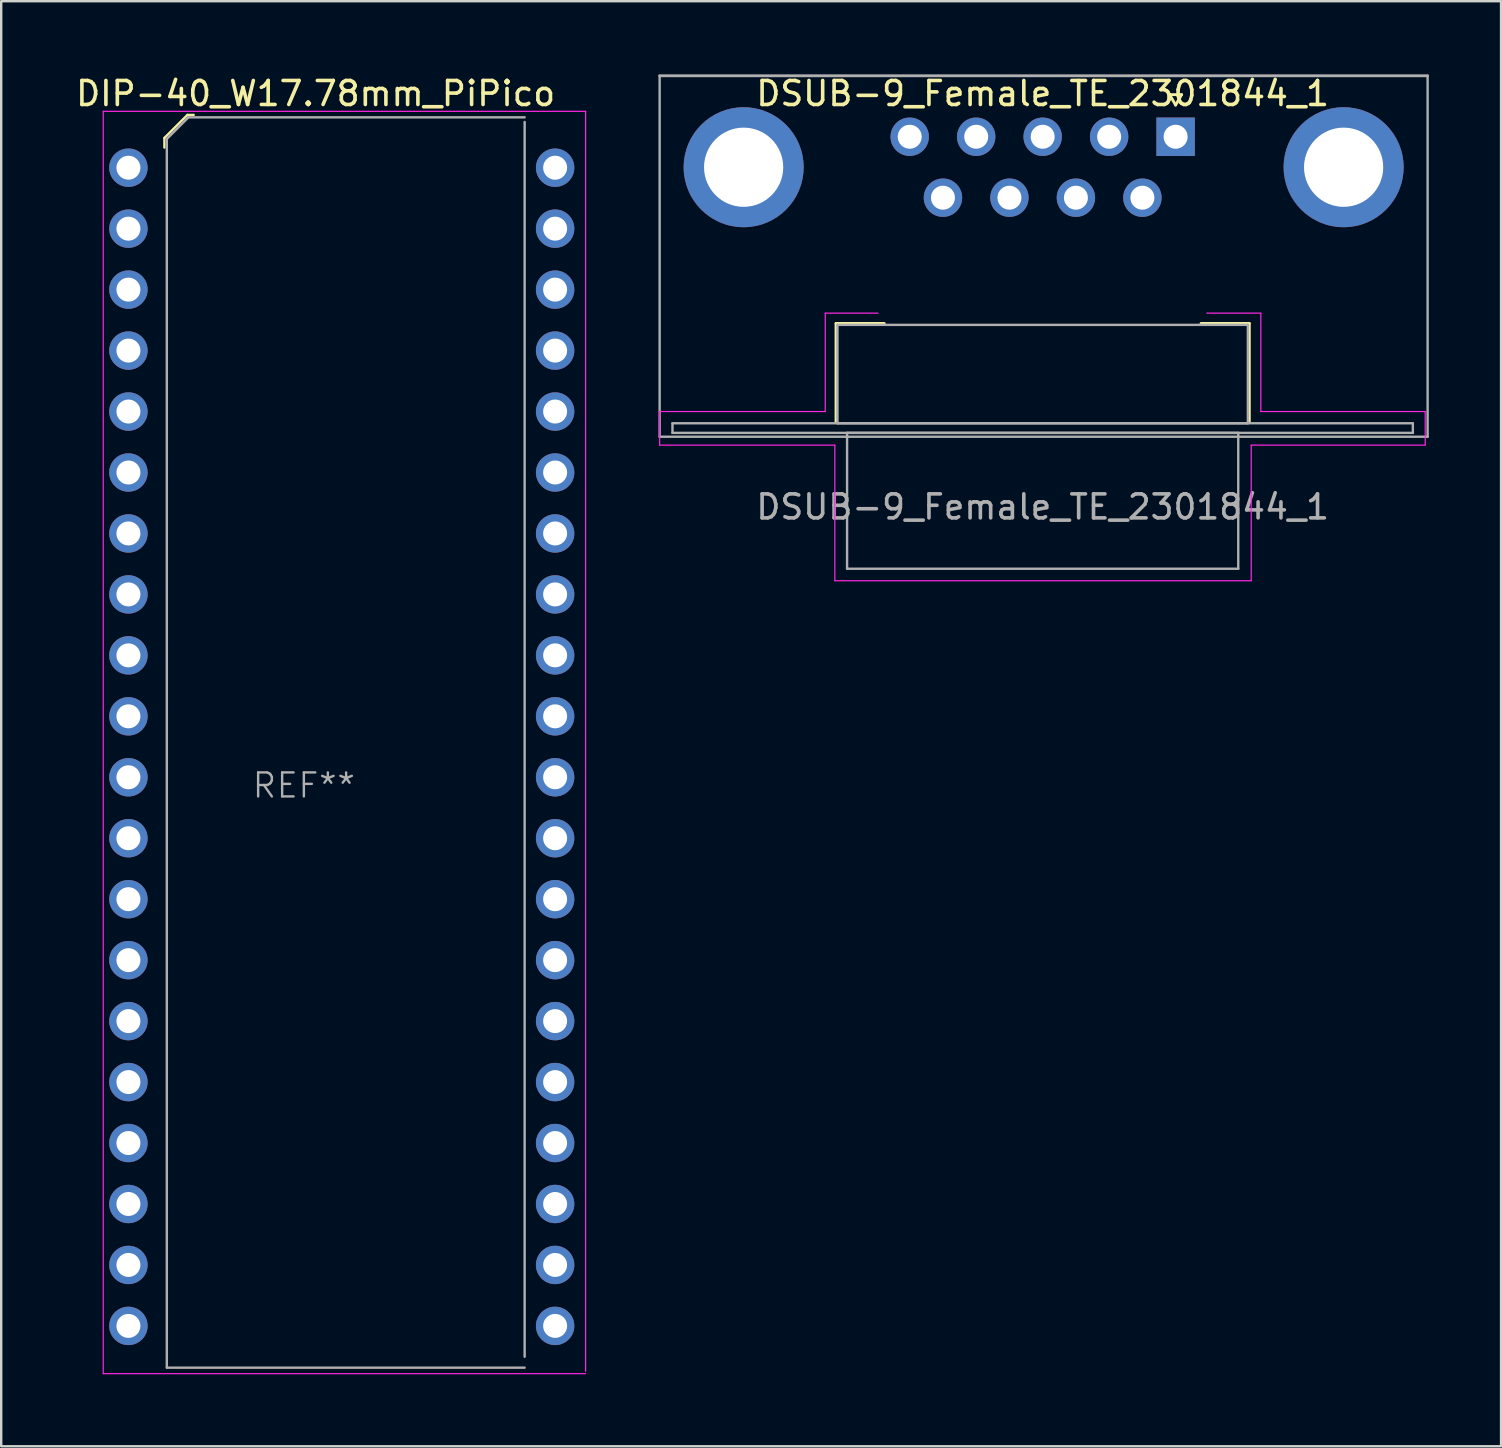
<source format=kicad_pcb>
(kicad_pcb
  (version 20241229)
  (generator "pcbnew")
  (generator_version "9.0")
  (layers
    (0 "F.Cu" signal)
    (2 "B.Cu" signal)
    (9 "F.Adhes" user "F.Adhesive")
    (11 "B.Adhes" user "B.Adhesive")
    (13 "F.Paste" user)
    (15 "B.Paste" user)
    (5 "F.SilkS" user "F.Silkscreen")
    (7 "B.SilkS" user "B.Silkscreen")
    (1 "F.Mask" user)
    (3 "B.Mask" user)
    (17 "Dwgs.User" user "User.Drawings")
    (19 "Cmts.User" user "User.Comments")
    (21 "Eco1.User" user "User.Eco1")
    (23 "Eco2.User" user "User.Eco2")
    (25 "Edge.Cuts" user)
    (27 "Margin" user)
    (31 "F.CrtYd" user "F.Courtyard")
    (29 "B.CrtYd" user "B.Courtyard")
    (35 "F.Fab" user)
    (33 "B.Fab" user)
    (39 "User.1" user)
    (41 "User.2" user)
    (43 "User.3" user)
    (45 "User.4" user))
  (footprint "DSUB-9_Female_TE_2301844_1"
    (layer "F.Cu")
    (at 45.936 2.648)
    (property "Reference" "DSUB-9_Female_TE_2301844_1" (at -5.54 -1.8 0) (layer "F.SilkS") (effects (font (size 1 1) (thickness 0.15))))
    (attr through_hole)
    (fp_line (start -14.15 7.78) (end -12.14 7.78) (stroke (width 0.12) (type solid)) (layer "F.SilkS"))
    (fp_line (start -14.15 11.88) (end -14.15 7.78) (stroke (width 0.12) (type solid)) (layer "F.SilkS"))
    (fp_line (start -0.25 -1.754) (end 0.25 -1.754) (stroke (width 0.12) (type solid)) (layer "F.SilkS"))
    (fp_line (start 0 -1.321) (end -0.25 -1.754) (stroke (width 0.12) (type solid)) (layer "F.SilkS"))
    (fp_line (start 0.25 -1.754) (end 0 -1.321) (stroke (width 0.12) (type solid)) (layer "F.SilkS"))
    (fp_line (start 1.06 7.78) (end 3.07 7.78) (stroke (width 0.12) (type solid)) (layer "F.SilkS"))
    (fp_line (start 3.07 7.78) (end 3.07 11.88) (stroke (width 0.12) (type solid)) (layer "F.SilkS"))
    (fp_line (start -21.5 11.45) (end -14.6 11.45) (stroke (width 0.05) (type solid)) (layer "F.CrtYd"))
    (fp_line (start -21.5 12.85) (end -21.5 11.45) (stroke (width 0.05) (type solid)) (layer "F.CrtYd"))
    (fp_line (start -14.6 7.35) (end -12.4 7.35) (stroke (width 0.05) (type solid)) (layer "F.CrtYd"))
    (fp_line (start -14.6 11.45) (end -14.6 7.35) (stroke (width 0.05) (type solid)) (layer "F.CrtYd"))
    (fp_line (start -14.2 12.85) (end -21.5 12.85) (stroke (width 0.05) (type solid)) (layer "F.CrtYd"))
    (fp_line (start -14.2 18.5) (end -14.2 12.85) (stroke (width 0.05) (type solid)) (layer "F.CrtYd"))
    (fp_line (start 1.3 7.35) (end 3.55 7.35) (stroke (width 0.05) (type solid)) (layer "F.CrtYd"))
    (fp_line (start 3.15 12.85) (end 3.15 18.5) (stroke (width 0.05) (type solid)) (layer "F.CrtYd"))
    (fp_line (start 3.15 18.5) (end -14.2 18.5) (stroke (width 0.05) (type solid)) (layer "F.CrtYd"))
    (fp_line (start 3.55 7.35) (end 3.55 11.45) (stroke (width 0.05) (type solid)) (layer "F.CrtYd"))
    (fp_line (start 3.55 11.45) (end 10.4 11.45) (stroke (width 0.05) (type solid)) (layer "F.CrtYd"))
    (fp_line (start 10.4 11.45) (end 10.4 12.85) (stroke (width 0.05) (type solid)) (layer "F.CrtYd"))
    (fp_line (start 10.4 12.85) (end 3.15 12.85) (stroke (width 0.05) (type solid)) (layer "F.CrtYd"))
    (fp_line (start -21.5 -2.54) (end 10.5 -2.54) (stroke (width 0.12) (type default)) (layer "F.Fab"))
    (fp_line (start -21.5 12.5) (end -21.5 -2.54) (stroke (width 0.1) (type default)) (layer "F.Fab"))
    (fp_line (start -20.965 11.94) (end -20.965 12.34) (stroke (width 0.1) (type solid)) (layer "F.Fab"))
    (fp_line (start -20.965 12.34) (end 9.885 12.34) (stroke (width 0.1) (type solid)) (layer "F.Fab"))
    (fp_line (start -14.09 7.84) (end -14.09 11.94) (stroke (width 0.1) (type solid)) (layer "F.Fab"))
    (fp_line (start -14.09 11.94) (end 3.01 11.94) (stroke (width 0.1) (type solid)) (layer "F.Fab"))
    (fp_line (start -13.69 12.34) (end -13.69 18) (stroke (width 0.1) (type solid)) (layer "F.Fab"))
    (fp_line (start -13.69 18) (end 2.61 18) (stroke (width 0.1) (type solid)) (layer "F.Fab"))
    (fp_line (start 2.61 12.34) (end -13.69 12.34) (stroke (width 0.1) (type solid)) (layer "F.Fab"))
    (fp_line (start 2.61 18) (end 2.61 12.34) (stroke (width 0.1) (type solid)) (layer "F.Fab"))
    (fp_line (start 3.01 7.84) (end -14.09 7.84) (stroke (width 0.1) (type solid)) (layer "F.Fab"))
    (fp_line (start 3.01 11.94) (end 3.01 7.84) (stroke (width 0.1) (type solid)) (layer "F.Fab"))
    (fp_line (start 9.885 11.94) (end -20.965 11.94) (stroke (width 0.1) (type solid)) (layer "F.Fab"))
    (fp_line (start 9.885 12.34) (end 9.885 11.94) (stroke (width 0.1) (type solid)) (layer "F.Fab"))
    (fp_line (start 10.5 -2.54) (end 10.5 12.5) (stroke (width 0.1) (type default)) (layer "F.Fab"))
    (fp_line (start 10.5 12.5) (end -21.5 12.5) (stroke (width 0.1) (type default)) (layer "F.Fab"))
    (fp_text user "${REFERENCE}" (at -5.54 15.425 0) (layer "F.Fab") (effects (font (size 1 1) (thickness 0.15))))
    (pad "" thru_hole circle (at -18 1.27) (size 5 5) (drill 3.3) (layers "*.Cu" "*.Mask"))
    (pad "" thru_hole circle (at 7 1.27) (size 5 5) (drill 3.3) (layers "*.Cu" "*.Mask"))
    (pad "1" thru_hole rect (at 0 0) (size 1.6 1.6) (drill 1) (layers "*.Cu" "*.Mask"))
    (pad "2" thru_hole circle (at -2.77 0) (size 1.6 1.6) (drill 1) (layers "*.Cu" "*.Mask"))
    (pad "3" thru_hole circle (at -5.54 0) (size 1.6 1.6) (drill 1) (layers "*.Cu" "*.Mask"))
    (pad "4" thru_hole circle (at -8.31 0) (size 1.6 1.6) (drill 1) (layers "*.Cu" "*.Mask"))
    (pad "5" thru_hole circle (at -11.08 0) (size 1.6 1.6) (drill 1) (layers "*.Cu" "*.Mask"))
    (pad "6" thru_hole circle (at -1.385 2.54) (size 1.6 1.6) (drill 1) (layers "*.Cu" "*.Mask"))
    (pad "7" thru_hole circle (at -4.155 2.54) (size 1.6 1.6) (drill 1) (layers "*.Cu" "*.Mask"))
    (pad "8" thru_hole circle (at -6.925 2.54) (size 1.6 1.6) (drill 1) (layers "*.Cu" "*.Mask"))
    (pad "9" thru_hole circle (at -9.695 2.54) (size 1.6 1.6) (drill 1) (layers "*.Cu" "*.Mask")))
  (footprint "DIP-40_W17.78mm_PiPico"
    (layer "F.Cu")
    (at 2.301 3.938)
    (property "Reference" "DIP-40_W17.78mm_PiPico" (at 7.8 -3.09 0) (layer "F.SilkS") (effects (font (size 1 1) (thickness 0.15))))
    (attr through_hole)
    (fp_line (start 1.5 -1.24) (end 1.5 -0.84) (stroke (width 0.1) (type solid)) (layer "F.SilkS"))
    (fp_line (start 1.5 -1.24) (end 2.46 -2.2) (stroke (width 0.1) (type solid)) (layer "F.SilkS"))
    (fp_line (start 2.46 -2.2) (end 2.72 -2.2) (stroke (width 0.1) (type solid)) (layer "F.SilkS"))
    (fp_line (start -1.05 -2.35) (end -1.05 50.25) (stroke (width 0.05) (type solid)) (layer "F.CrtYd"))
    (fp_line (start -1.05 -2.35) (end 19.05 -2.35) (stroke (width 0.05) (type solid)) (layer "F.CrtYd"))
    (fp_line (start -1.05 50.25) (end 19.05 50.25) (stroke (width 0.05) (type solid)) (layer "F.CrtYd"))
    (fp_line (start 19.05 -2.35) (end 19.05 50.15) (stroke (width 0.05) (type solid)) (layer "F.CrtYd"))
    (fp_line (start 1.6 -1.2) (end 1.6 50) (stroke (width 0.1) (type solid)) (layer "F.Fab"))
    (fp_line (start 1.6 -1.2) (end 2.5 -2.1) (stroke (width 0.1) (type solid)) (layer "F.Fab"))
    (fp_line (start 1.6 50) (end 16.51 50) (stroke (width 0.1) (type solid)) (layer "F.Fab"))
    (fp_line (start 2.5 -2.1) (end 16.51 -2.1) (stroke (width 0.1) (type solid)) (layer "F.Fab"))
    (fp_line (start 16.51 -1.905) (end 16.51 49.545) (stroke (width 0.1) (type solid)) (layer "F.Fab"))
    (fp_text user "REF**" (at 7.31 25.74 0) (layer "F.Fab") (effects (font (size 1 1) (thickness 0.1))))
    (pad "1" thru_hole circle (at 0 0) (size 1.6 1.6) (drill 1) (layers "*.Cu" "*.Mask"))
    (pad "2" thru_hole circle (at 0 2.54) (size 1.6 1.6) (drill 1) (layers "*.Cu" "*.Mask"))
    (pad "3" thru_hole circle (at 0 5.08) (size 1.6 1.6) (drill 1) (layers "*.Cu" "*.Mask"))
    (pad "4" thru_hole circle (at 0 7.62) (size 1.6 1.6) (drill 1) (layers "*.Cu" "*.Mask"))
    (pad "5" thru_hole circle (at 0 10.16) (size 1.6 1.6) (drill 1) (layers "*.Cu" "*.Mask"))
    (pad "6" thru_hole circle (at 0 12.7) (size 1.6 1.6) (drill 1) (layers "*.Cu" "*.Mask"))
    (pad "7" thru_hole circle (at 0 15.24) (size 1.6 1.6) (drill 1) (layers "*.Cu" "*.Mask"))
    (pad "8" thru_hole circle (at 0 17.78) (size 1.6 1.6) (drill 1) (layers "*.Cu" "*.Mask"))
    (pad "9" thru_hole circle (at 0 20.32) (size 1.6 1.6) (drill 1) (layers "*.Cu" "*.Mask"))
    (pad "10" thru_hole circle (at 0 22.86) (size 1.6 1.6) (drill 1) (layers "*.Cu" "*.Mask"))
    (pad "11" thru_hole circle (at 0 25.4) (size 1.6 1.6) (drill 1) (layers "*.Cu" "*.Mask"))
    (pad "12" thru_hole circle (at 0 27.94) (size 1.6 1.6) (drill 1) (layers "*.Cu" "*.Mask"))
    (pad "13" thru_hole circle (at 0 30.48) (size 1.6 1.6) (drill 1) (layers "*.Cu" "*.Mask"))
    (pad "14" thru_hole circle (at 0 33.02) (size 1.6 1.6) (drill 1) (layers "*.Cu" "*.Mask"))
    (pad "15" thru_hole circle (at 0 35.56) (size 1.6 1.6) (drill 1) (layers "*.Cu" "*.Mask"))
    (pad "16" thru_hole circle (at 0 38.1) (size 1.6 1.6) (drill 1) (layers "*.Cu" "*.Mask"))
    (pad "17" thru_hole circle (at 0 40.64) (size 1.6 1.6) (drill 1) (layers "*.Cu" "*.Mask"))
    (pad "18" thru_hole circle (at 0 43.18) (size 1.6 1.6) (drill 1) (layers "*.Cu" "*.Mask"))
    (pad "19" thru_hole circle (at 0 45.72) (size 1.6 1.6) (drill 1) (layers "*.Cu" "*.Mask"))
    (pad "20" thru_hole circle (at 0 48.26) (size 1.6 1.6) (drill 1) (layers "*.Cu" "*.Mask"))
    (pad "21" thru_hole circle (at 17.78 48.26) (size 1.6 1.6) (drill 1) (layers "*.Cu" "*.Mask"))
    (pad "22" thru_hole circle (at 17.78 45.72) (size 1.6 1.6) (drill 1) (layers "*.Cu" "*.Mask"))
    (pad "23" thru_hole circle (at 17.78 43.18) (size 1.6 1.6) (drill 1) (layers "*.Cu" "*.Mask"))
    (pad "24" thru_hole circle (at 17.78 40.64) (size 1.6 1.6) (drill 1) (layers "*.Cu" "*.Mask"))
    (pad "25" thru_hole circle (at 17.78 38.1) (size 1.6 1.6) (drill 1) (layers "*.Cu" "*.Mask"))
    (pad "26" thru_hole circle (at 17.78 35.56) (size 1.6 1.6) (drill 1) (layers "*.Cu" "*.Mask"))
    (pad "27" thru_hole circle (at 17.78 33.02) (size 1.6 1.6) (drill 1) (layers "*.Cu" "*.Mask"))
    (pad "28" thru_hole circle (at 17.78 30.48) (size 1.6 1.6) (drill 1) (layers "*.Cu" "*.Mask"))
    (pad "29" thru_hole circle (at 17.78 27.94) (size 1.6 1.6) (drill 1) (layers "*.Cu" "*.Mask"))
    (pad "30" thru_hole circle (at 17.78 25.4) (size 1.6 1.6) (drill 1) (layers "*.Cu" "*.Mask"))
    (pad "31" thru_hole circle (at 17.78 22.86) (size 1.6 1.6) (drill 1) (layers "*.Cu" "*.Mask"))
    (pad "32" thru_hole circle (at 17.78 20.32) (size 1.6 1.6) (drill 1) (layers "*.Cu" "*.Mask"))
    (pad "33" thru_hole circle (at 17.78 17.78) (size 1.6 1.6) (drill 1) (layers "*.Cu" "*.Mask"))
    (pad "34" thru_hole circle (at 17.78 15.24) (size 1.6 1.6) (drill 1) (layers "*.Cu" "*.Mask"))
    (pad "35" thru_hole circle (at 17.78 12.7) (size 1.6 1.6) (drill 1) (layers "*.Cu" "*.Mask"))
    (pad "36" thru_hole circle (at 17.78 10.16) (size 1.6 1.6) (drill 1) (layers "*.Cu" "*.Mask"))
    (pad "37" thru_hole circle (at 17.78 7.62) (size 1.6 1.6) (drill 1) (layers "*.Cu" "*.Mask"))
    (pad "38" thru_hole circle (at 17.78 5.08) (size 1.6 1.6) (drill 1) (layers "*.Cu" "*.Mask"))
    (pad "39" thru_hole circle (at 17.78 2.54) (size 1.6 1.6) (drill 1) (layers "*.Cu" "*.Mask"))
    (pad "40" thru_hole circle (at 17.78 0) (size 1.6 1.6) (drill 1) (layers "*.Cu" "*.Mask")))
  (gr_rect
    (start -3 -3)
    (end 59.496 57.213)
    (stroke (width 0.1) (type default))
    (fill no)
    (layer "Edge.Cuts")))
</source>
